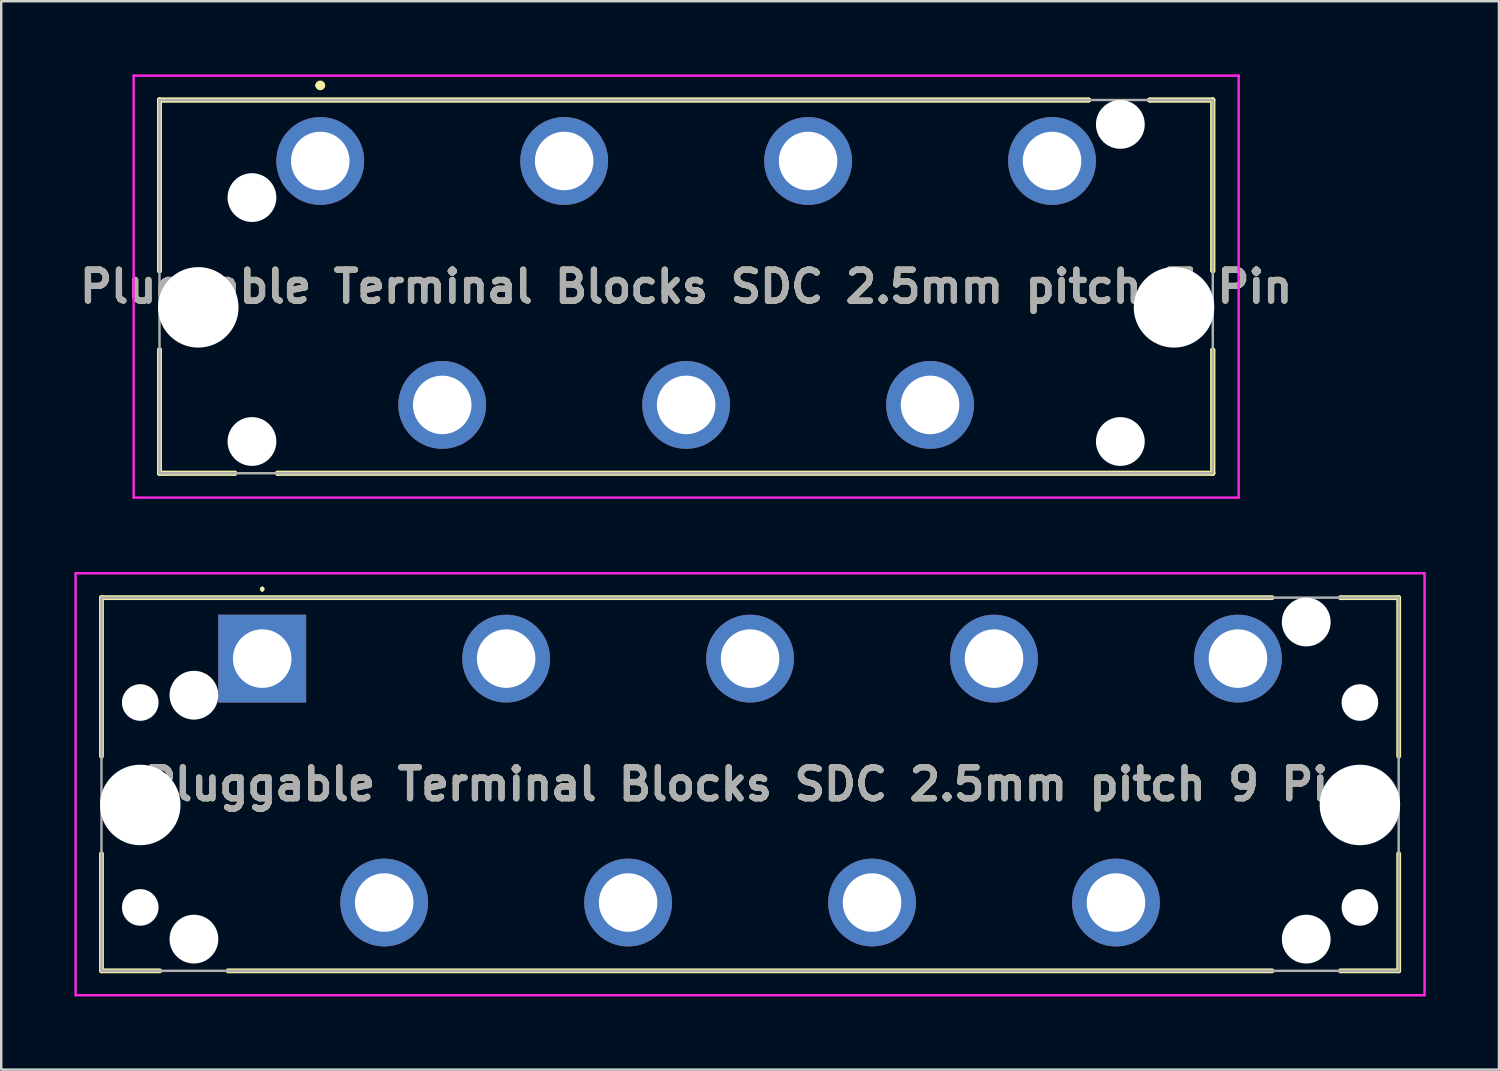
<source format=kicad_pcb>
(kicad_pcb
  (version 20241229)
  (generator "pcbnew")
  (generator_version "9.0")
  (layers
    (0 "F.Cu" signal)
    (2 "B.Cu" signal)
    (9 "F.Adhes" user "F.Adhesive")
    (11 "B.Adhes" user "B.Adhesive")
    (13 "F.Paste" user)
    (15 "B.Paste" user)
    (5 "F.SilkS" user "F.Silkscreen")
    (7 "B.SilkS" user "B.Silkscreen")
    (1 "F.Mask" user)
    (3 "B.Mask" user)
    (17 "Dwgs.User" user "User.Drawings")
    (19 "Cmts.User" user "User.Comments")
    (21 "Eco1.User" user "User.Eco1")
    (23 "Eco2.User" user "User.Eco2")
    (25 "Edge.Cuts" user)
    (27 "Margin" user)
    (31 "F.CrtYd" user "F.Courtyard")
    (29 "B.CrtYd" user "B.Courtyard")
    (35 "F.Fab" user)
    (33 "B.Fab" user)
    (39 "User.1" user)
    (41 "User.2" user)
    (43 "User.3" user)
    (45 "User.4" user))
  (footprint "Pluggable Terminal Blocks SDC 2.5mm pitch 9 Pin"
    (layer "F.Cu")
    (at 7.7 23.95)
    (property "Reference" "Pluggable Terminal Blocks SDC 2.5mm pitch 9 Pin" (at 20 5.15 0) (layer "F.SilkS") (effects (font (size 1.27 1.27) (thickness 0.254))))
    (attr through_hole)
    (fp_line (start -6.59 -2.5) (end 41.4 -2.5) (stroke (width 0.2) (type solid)) (layer "F.SilkS"))
    (fp_line (start -6.59 4) (end -6.59 -2.5) (stroke (width 0.2) (type solid)) (layer "F.SilkS"))
    (fp_line (start -6.59 12.8) (end -6.59 8) (stroke (width 0.2) (type solid)) (layer "F.SilkS"))
    (fp_line (start -4.2 12.8) (end -6.59 12.8) (stroke (width 0.2) (type solid)) (layer "F.SilkS"))
    (fp_line (start 0 -2.9) (end 0 -2.9) (stroke (width 0.1) (type solid)) (layer "F.SilkS"))
    (fp_line (start 0 -2.8) (end 0 -2.8) (stroke (width 0.1) (type solid)) (layer "F.SilkS"))
    (fp_line (start 41.4 12.8) (end -1.4 12.8) (stroke (width 0.2) (type solid)) (layer "F.SilkS"))
    (fp_line (start 44.2 -2.5) (end 46.59 -2.5) (stroke (width 0.2) (type solid)) (layer "F.SilkS"))
    (fp_line (start 46.59 -2.5) (end 46.59 4) (stroke (width 0.2) (type solid)) (layer "F.SilkS"))
    (fp_line (start 46.59 8) (end 46.59 12.8) (stroke (width 0.2) (type solid)) (layer "F.SilkS"))
    (fp_line (start 46.59 12.8) (end 44.2 12.8) (stroke (width 0.2) (type solid)) (layer "F.SilkS"))
    (fp_arc (start 0 -2.9) (mid 0.05 -2.85) (end 0 -2.8) (stroke (width 0.1) (type solid)) (layer "F.SilkS"))
    (fp_arc (start 0 -2.8) (mid -0.05 -2.85) (end 0 -2.9) (stroke (width 0.1) (type solid)) (layer "F.SilkS"))
    (fp_line (start -7.65 -3.5) (end 47.65 -3.5) (stroke (width 0.1) (type solid)) (layer "F.CrtYd"))
    (fp_line (start -7.65 13.8) (end -7.65 -3.5) (stroke (width 0.1) (type solid)) (layer "F.CrtYd"))
    (fp_line (start 47.65 -3.5) (end 47.65 13.8) (stroke (width 0.1) (type solid)) (layer "F.CrtYd"))
    (fp_line (start 47.65 13.8) (end -7.65 13.8) (stroke (width 0.1) (type solid)) (layer "F.CrtYd"))
    (fp_line (start -6.59 -2.5) (end -6.59 12.8) (stroke (width 0.1) (type solid)) (layer "F.Fab"))
    (fp_line (start -6.59 12.8) (end 46.59 12.8) (stroke (width 0.1) (type solid)) (layer "F.Fab"))
    (fp_line (start 46.59 -2.5) (end -6.59 -2.5) (stroke (width 0.1) (type solid)) (layer "F.Fab"))
    (fp_line (start 46.59 12.8) (end 46.59 -2.5) (stroke (width 0.1) (type solid)) (layer "F.Fab"))
    (fp_text user "${REFERENCE}" (at 20 5.15 0) (layer "F.Fab") (effects (font (size 1.27 1.27) (thickness 0.254))))
    (pad "" np_thru_hole circle (at -5 1.8) (size 1.5 1.5) (drill 1.5) (layers "*.Cu" "*.Mask"))
    (pad "" np_thru_hole circle (at -5 6) (size 3.3 3.3) (drill 3.3) (layers "*.Cu" "*.Mask"))
    (pad "" np_thru_hole circle (at -5 10.2) (size 1.5 1.5) (drill 1.5) (layers "*.Cu" "*.Mask"))
    (pad "" np_thru_hole circle (at -2.8 1.5) (size 2 2) (drill 2) (layers "*.Cu" "*.Mask"))
    (pad "" np_thru_hole circle (at -2.8 11.5) (size 2 2) (drill 2) (layers "*.Cu" "*.Mask"))
    (pad "" np_thru_hole circle (at 42.8 -1.5) (size 2 2) (drill 2) (layers "*.Cu" "*.Mask"))
    (pad "" np_thru_hole circle (at 42.8 11.5) (size 2 2) (drill 2) (layers "*.Cu" "*.Mask"))
    (pad "" np_thru_hole circle (at 45 1.8) (size 1.5 1.5) (drill 1.5) (layers "*.Cu" "*.Mask"))
    (pad "" np_thru_hole circle (at 45 6) (size 3.3 3.3) (drill 3.3) (layers "*.Cu" "*.Mask"))
    (pad "" np_thru_hole circle (at 45 10.2) (size 1.5 1.5) (drill 1.5) (layers "*.Cu" "*.Mask"))
    (pad "1" thru_hole rect (at 0 0) (size 3.6 3.6) (drill 2.4) (layers "*.Cu" "*.Mask"))
    (pad "2" thru_hole circle (at 5 10) (size 3.6 3.6) (drill 2.4) (layers "*.Cu" "*.Mask"))
    (pad "3" thru_hole circle (at 10 0) (size 3.6 3.6) (drill 2.4) (layers "*.Cu" "*.Mask"))
    (pad "4" thru_hole circle (at 15 10) (size 3.6 3.6) (drill 2.4) (layers "*.Cu" "*.Mask"))
    (pad "5" thru_hole circle (at 20 0) (size 3.6 3.6) (drill 2.4) (layers "*.Cu" "*.Mask"))
    (pad "6" thru_hole circle (at 25 10) (size 3.6 3.6) (drill 2.4) (layers "*.Cu" "*.Mask"))
    (pad "7" thru_hole circle (at 30 0) (size 3.6 3.6) (drill 2.4) (layers "*.Cu" "*.Mask"))
    (pad "8" thru_hole circle (at 35 10) (size 3.6 3.6) (drill 2.4) (layers "*.Cu" "*.Mask"))
    (pad "9" thru_hole circle (at 40 0) (size 3.6 3.6) (drill 2.4) (layers "*.Cu" "*.Mask")))
  (footprint "Pluggable Terminal Blocks SDC 2.5mm pitch 7 Pin"
    (layer "F.Cu")
    (at 10.079 3.55)
    (property "Reference" "Pluggable Terminal Blocks SDC 2.5mm pitch 7 Pin" (at 15 5.15 0) (layer "F.SilkS") (effects (font (size 1.27 1.27) (thickness 0.254))))
    (attr through_hole)
    (fp_line (start -6.59 -2.5) (end -6.59 -2.5) (stroke (width 0.2) (type solid)) (layer "F.SilkS"))
    (fp_line (start -6.59 -2.5) (end -6.59 -2.5) (stroke (width 0.2) (type solid)) (layer "F.SilkS"))
    (fp_line (start -6.59 -2.5) (end -6.59 4.5) (stroke (width 0.2) (type solid)) (layer "F.SilkS"))
    (fp_line (start -6.59 -2.5) (end 31.5 -2.5) (stroke (width 0.2) (type solid)) (layer "F.SilkS"))
    (fp_line (start -6.59 4.5) (end -6.59 -2.5) (stroke (width 0.2) (type solid)) (layer "F.SilkS"))
    (fp_line (start -6.59 4.5) (end -6.59 4.5) (stroke (width 0.2) (type solid)) (layer "F.SilkS"))
    (fp_line (start -6.59 7.75) (end -6.59 7.75) (stroke (width 0.2) (type solid)) (layer "F.SilkS"))
    (fp_line (start -6.59 7.75) (end -6.59 12.8) (stroke (width 0.2) (type solid)) (layer "F.SilkS"))
    (fp_line (start -6.59 12.8) (end -6.59 7.75) (stroke (width 0.2) (type solid)) (layer "F.SilkS"))
    (fp_line (start -6.59 12.8) (end -6.59 12.8) (stroke (width 0.2) (type solid)) (layer "F.SilkS"))
    (fp_line (start -6.59 12.8) (end -6.59 12.8) (stroke (width 0.2) (type solid)) (layer "F.SilkS"))
    (fp_line (start -6.59 12.8) (end -3.5 12.8) (stroke (width 0.2) (type solid)) (layer "F.SilkS"))
    (fp_line (start -3.5 12.8) (end -6.59 12.8) (stroke (width 0.2) (type solid)) (layer "F.SilkS"))
    (fp_line (start -3.5 12.8) (end -3.5 12.8) (stroke (width 0.2) (type solid)) (layer "F.SilkS"))
    (fp_line (start -1.75 12.8) (end -1.75 12.8) (stroke (width 0.2) (type solid)) (layer "F.SilkS"))
    (fp_line (start -1.75 12.8) (end 36.59 12.8) (stroke (width 0.2) (type solid)) (layer "F.SilkS"))
    (fp_line (start -0.1 -3.1) (end -0.1 -3.1) (stroke (width 0.2) (type solid)) (layer "F.SilkS"))
    (fp_line (start 0.1 -3.1) (end 0.1 -3.1) (stroke (width 0.2) (type solid)) (layer "F.SilkS"))
    (fp_line (start 31.5 -2.5) (end -6.59 -2.5) (stroke (width 0.2) (type solid)) (layer "F.SilkS"))
    (fp_line (start 31.5 -2.5) (end 31.5 -2.5) (stroke (width 0.2) (type solid)) (layer "F.SilkS"))
    (fp_line (start 34 -2.5) (end 34 -2.5) (stroke (width 0.2) (type solid)) (layer "F.SilkS"))
    (fp_line (start 34 -2.5) (end 36.59 -2.5) (stroke (width 0.2) (type solid)) (layer "F.SilkS"))
    (fp_line (start 36.59 -2.5) (end 34 -2.5) (stroke (width 0.2) (type solid)) (layer "F.SilkS"))
    (fp_line (start 36.59 -2.5) (end 36.59 -2.5) (stroke (width 0.2) (type solid)) (layer "F.SilkS"))
    (fp_line (start 36.59 -2.5) (end 36.59 -2.5) (stroke (width 0.2) (type solid)) (layer "F.SilkS"))
    (fp_line (start 36.59 -2.5) (end 36.59 4.5) (stroke (width 0.2) (type solid)) (layer "F.SilkS"))
    (fp_line (start 36.59 4.5) (end 36.59 -2.5) (stroke (width 0.2) (type solid)) (layer "F.SilkS"))
    (fp_line (start 36.59 4.5) (end 36.59 4.5) (stroke (width 0.2) (type solid)) (layer "F.SilkS"))
    (fp_line (start 36.59 7.75) (end 36.59 7.75) (stroke (width 0.2) (type solid)) (layer "F.SilkS"))
    (fp_line (start 36.59 7.75) (end 36.59 12.8) (stroke (width 0.2) (type solid)) (layer "F.SilkS"))
    (fp_line (start 36.59 12.8) (end -1.75 12.8) (stroke (width 0.2) (type solid)) (layer "F.SilkS"))
    (fp_line (start 36.59 12.8) (end 36.59 7.75) (stroke (width 0.2) (type solid)) (layer "F.SilkS"))
    (fp_line (start 36.59 12.8) (end 36.59 12.8) (stroke (width 0.2) (type solid)) (layer "F.SilkS"))
    (fp_line (start 36.59 12.8) (end 36.59 12.8) (stroke (width 0.2) (type solid)) (layer "F.SilkS"))
    (fp_arc (start -0.1 -3.1) (mid 0 -3.2) (end 0.1 -3.1) (stroke (width 0.2) (type solid)) (layer "F.SilkS"))
    (fp_arc (start 0.1 -3.1) (mid 0 -3) (end -0.1 -3.1) (stroke (width 0.2) (type solid)) (layer "F.SilkS"))
    (fp_line (start -7.65 -3.5) (end 37.65 -3.5) (stroke (width 0.1) (type solid)) (layer "F.CrtYd"))
    (fp_line (start -7.65 13.8) (end -7.65 -3.5) (stroke (width 0.1) (type solid)) (layer "F.CrtYd"))
    (fp_line (start 37.65 -3.5) (end 37.65 13.8) (stroke (width 0.1) (type solid)) (layer "F.CrtYd"))
    (fp_line (start 37.65 13.8) (end -7.65 13.8) (stroke (width 0.1) (type solid)) (layer "F.CrtYd"))
    (fp_line (start -6.59 -2.5) (end -6.59 12.8) (stroke (width 0.1) (type solid)) (layer "F.Fab"))
    (fp_line (start -6.59 12.8) (end 36.59 12.8) (stroke (width 0.1) (type solid)) (layer "F.Fab"))
    (fp_line (start 36.59 -2.5) (end -6.59 -2.5) (stroke (width 0.1) (type solid)) (layer "F.Fab"))
    (fp_line (start 36.59 12.8) (end 36.59 -2.5) (stroke (width 0.1) (type solid)) (layer "F.Fab"))
    (fp_text user "${REFERENCE}" (at 15 5.15 0) (layer "F.Fab") (effects (font (size 1.27 1.27) (thickness 0.254))))
    (pad "" np_thru_hole circle (at -5 6) (size 3.3 3.3) (drill 3.3) (layers "*.Cu" "*.Mask"))
    (pad "" np_thru_hole circle (at -2.8 1.5) (size 2 2) (drill 2) (layers "*.Cu" "*.Mask"))
    (pad "" np_thru_hole circle (at -2.8 11.5) (size 2 2) (drill 2) (layers "*.Cu" "*.Mask"))
    (pad "" np_thru_hole circle (at 32.8 -1.5) (size 2 2) (drill 2) (layers "*.Cu" "*.Mask"))
    (pad "" np_thru_hole circle (at 32.8 11.5) (size 2 2) (drill 2) (layers "*.Cu" "*.Mask"))
    (pad "" np_thru_hole circle (at 35 6) (size 3.3 3.3) (drill 3.3) (layers "*.Cu" "*.Mask"))
    (pad "1" thru_hole circle (at 0 0) (size 3.6 3.6) (drill 2.4) (layers "*.Cu" "*.Mask"))
    (pad "2" thru_hole circle (at 5 10) (size 3.6 3.6) (drill 2.4) (layers "*.Cu" "*.Mask"))
    (pad "3" thru_hole circle (at 10 0) (size 3.6 3.6) (drill 2.4) (layers "*.Cu" "*.Mask"))
    (pad "4" thru_hole circle (at 15 10) (size 3.6 3.6) (drill 2.4) (layers "*.Cu" "*.Mask"))
    (pad "5" thru_hole circle (at 20 0) (size 3.6 3.6) (drill 2.4) (layers "*.Cu" "*.Mask"))
    (pad "6" thru_hole circle (at 25 10) (size 3.6 3.6) (drill 2.4) (layers "*.Cu" "*.Mask"))
    (pad "7" thru_hole circle (at 30 0) (size 3.6 3.6) (drill 2.4) (layers "*.Cu" "*.Mask")))
  (gr_rect
    (start -3 -3)
    (end 58.4 40.8)
    (stroke (width 0.1) (type default))
    (fill no)
    (layer "Edge.Cuts")))
</source>
